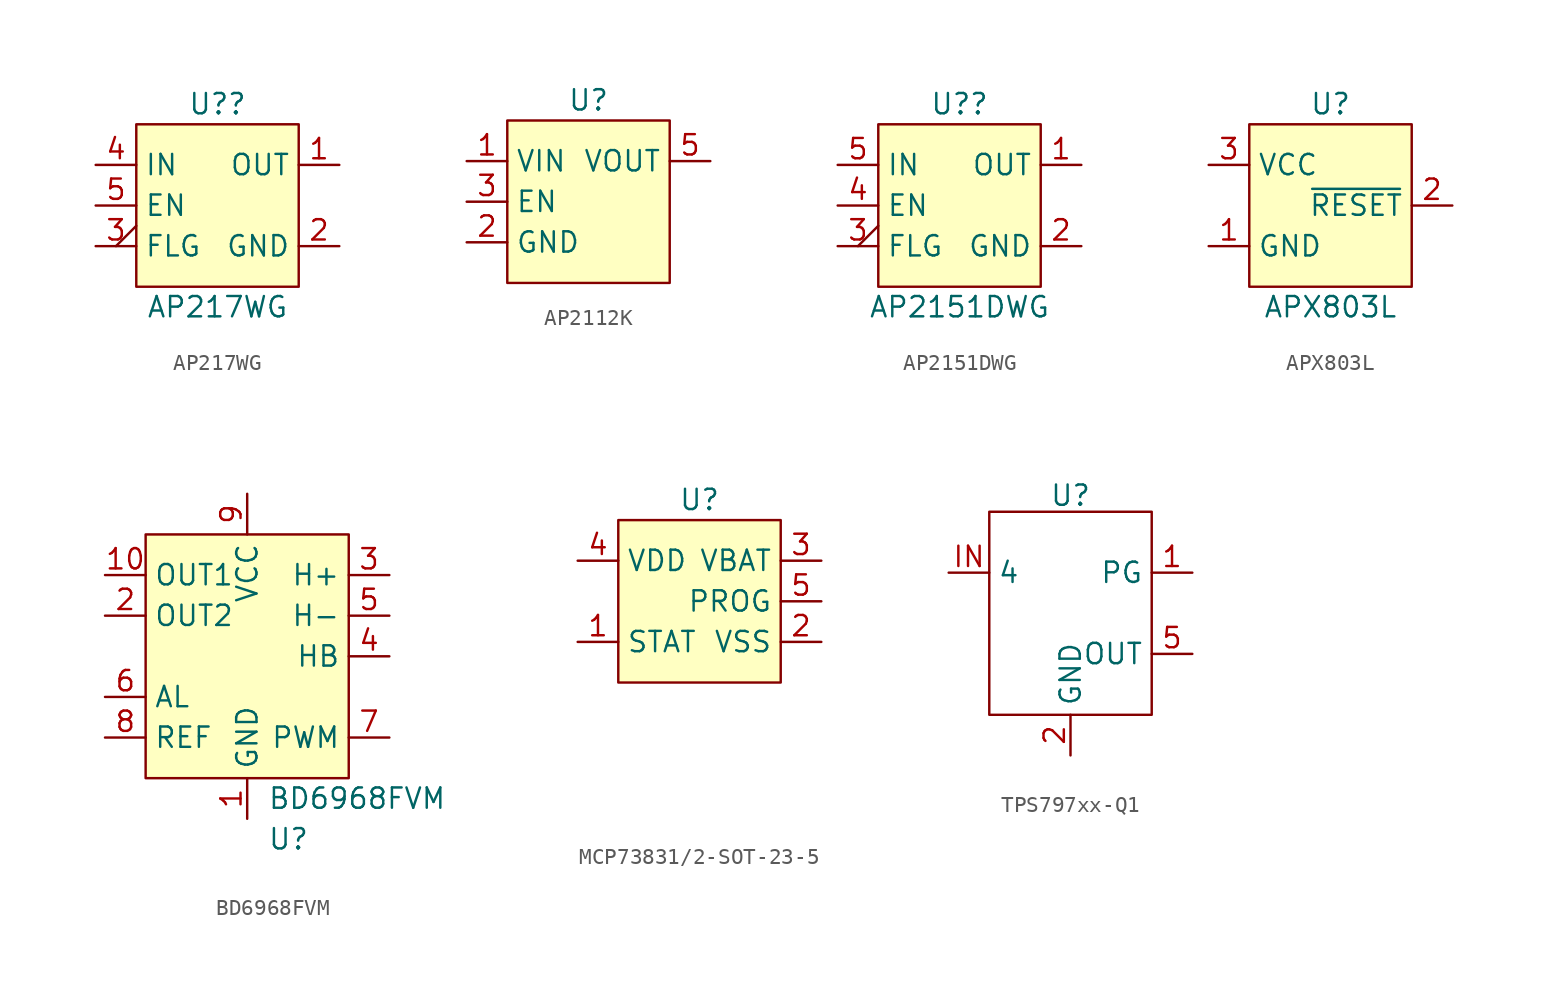
<source format=kicad_sym>
(kicad_symbol_lib
  (version 20231120)
  (generator "kicad_symbol_editor")
  (generator_version "8.0")
  (symbol "AP217WG"
    (property "Reference" "U?"
      (at 0 6.35 0)
      (do_not_autoplace)
      (effects (font (size 1.27 1.27))))
    (property "Value" "AP217WG"
      (at 0 -6.35 0)
      (do_not_autoplace)
      (effects (font (size 1.27 1.27))))
    (symbol "AP217WG_0_0"
      (pin power_out line (at 7.62 2.54 180) (length 2.54) (name "OUT" (effects (font (size 1.27 1.27)))) (number "1" (effects (font (size 1.27 1.27)))))
      (pin passive line (at 7.62 -2.54 180) (length 2.54) (name "GND" (effects (font (size 1.27 1.27)))) (number "2" (effects (font (size 1.27 1.27)))))
      (pin output output_low (at -7.62 -2.54 0) (length 2.54) (name "FLG" (effects (font (size 1.27 1.27)))) (number "3" (effects (font (size 1.27 1.27)))))
      (pin power_in line (at -7.62 2.54 0) (length 2.54) (name "IN" (effects (font (size 1.27 1.27)))) (number "4" (effects (font (size 1.27 1.27)))))
      (pin input line (at -7.62 0 0) (length 2.54) (name "EN" (effects (font (size 1.27 1.27)))) (number "5" (effects (font (size 1.27 1.27))))))
    (symbol "AP217WG_1_1"
      (rectangle (start -5.08 5.08) (end 5.08 -5.08) (stroke (width 0) (type default)) (fill (type background)))))
  (symbol "AP2112K"
    (property "Reference" "U"
      (at 0 6.35 0)
      (effects (font (size 1.27 1.27))))
    (property "Value" ""
      (at 0 5.08 0)
      (effects (font (size 1.27 1.27))))
    (symbol "AP2112K_0_0"
      (pin power_in line (at -7.62 2.54 0) (length 2.54) (name "VIN" (effects (font (size 1.27 1.27)))) (number "1" (effects (font (size 1.27 1.27)))))
      (pin passive line (at -7.62 -2.54 0) (length 2.54) (name "GND" (effects (font (size 1.27 1.27)))) (number "2" (effects (font (size 1.27 1.27)))))
      (pin input line (at -7.62 0 0) (length 2.54) (name "EN" (effects (font (size 1.27 1.27)))) (number "3" (effects (font (size 1.27 1.27)))))
      (pin power_out line (at 7.62 2.54 180) (length 2.54) (name "VOUT" (effects (font (size 1.27 1.27)))) (number "5" (effects (font (size 1.27 1.27))))))
    (symbol "AP2112K_1_0"
      (pin no_connect non_logic (at 7.62 -2.54 180) (length 2.54) hide (name "NC" (effects (font (size 1.27 1.27)))) (number "4" (effects (font (size 1.27 1.27))))))
    (symbol "AP2112K_1_1"
      (rectangle (start -5.08 5.08) (end 5.08 -5.08) (stroke (width 0) (type default)) (fill (type background)))))
  (symbol "AP2151DWG"
    (property "Reference" "U?"
      (at 0 6.35 0)
      (do_not_autoplace)
      (effects (font (size 1.27 1.27))))
    (property "Value" "AP2151DWG"
      (at 0 -6.35 0)
      (do_not_autoplace)
      (effects (font (size 1.27 1.27))))
    (symbol "AP2151DWG_0_0"
      (pin power_out line (at 7.62 2.54 180) (length 2.54) (name "OUT" (effects (font (size 1.27 1.27)))) (number "1" (effects (font (size 1.27 1.27)))))
      (pin passive line (at 7.62 -2.54 180) (length 2.54) (name "GND" (effects (font (size 1.27 1.27)))) (number "2" (effects (font (size 1.27 1.27)))))
      (pin output output_low (at -7.62 -2.54 0) (length 2.54) (name "FLG" (effects (font (size 1.27 1.27)))) (number "3" (effects (font (size 1.27 1.27))))))
    (symbol "AP2151DWG_1_0"
      (pin input line (at -7.62 0 0) (length 2.54) (name "EN" (effects (font (size 1.27 1.27)))) (number "4" (effects (font (size 1.27 1.27)))))
      (pin power_in line (at -7.62 2.54 0) (length 2.54) (name "IN" (effects (font (size 1.27 1.27)))) (number "5" (effects (font (size 1.27 1.27))))))
    (symbol "AP2151DWG_1_1"
      (rectangle (start -5.08 5.08) (end 5.08 -5.08) (stroke (width 0) (type default)) (fill (type background)))))
  (symbol "APX803L"
    (property "Reference" "U"
      (at 0 6.35 0)
      (do_not_autoplace)
      (effects (font (size 1.27 1.27))))
    (property "Value" "APX803L"
      (at 0 -6.35 0)
      (do_not_autoplace)
      (effects (font (size 1.27 1.27))))
    (symbol "APX803L_0_0"
      (pin passive line (at -7.62 -2.54 0) (length 2.54) (name "GND" (effects (font (size 1.27 1.27)))) (number "1" (effects (font (size 1.27 1.27)))))
      (pin input line (at 7.62 0 180) (length 2.54) (name "~{RESET}" (effects (font (size 1.27 1.27)))) (number "2" (effects (font (size 1.27 1.27)))))
      (pin power_in line (at -7.62 2.54 0) (length 2.54) (name "VCC" (effects (font (size 1.27 1.27)))) (number "3" (effects (font (size 1.27 1.27))))))
    (symbol "APX803L_1_1"
      (rectangle (start -5.08 5.08) (end 5.08 -5.08) (stroke (width 0) (type default)) (fill (type background)))))
  (symbol "BD6968FVM"
    (property "Reference" "U"
      (at 1.27 -19.05 0)
      (effects (font (size 1.27 1.27)) (justify left)))
    (property "Value" "BD6968FVM"
      (at 1.27 -16.51 0)
      (effects (font (size 1.27 1.27)) (justify left)))
    (property "populate" ""
      (at 0 0 0)
      (effects (font (size 1.27 1.27))))
    (symbol "BD6968FVM_0_1"
      (rectangle (start -6.35 0) (end 6.35 -15.24) (stroke (width 0) (type default)) (fill (type background))))
    (symbol "BD6968FVM_1_1"
      (pin passive line (at 0 -17.78 90) (length 2.54) (name "GND" (effects (font (size 1.27 1.27)))) (number "1" (effects (font (size 1.27 1.27)))))
      (pin output line (at -8.89 -2.54 0) (length 2.54) (name "OUT1" (effects (font (size 1.27 1.27)))) (number "10" (effects (font (size 1.27 1.27)))))
      (pin output line (at -8.89 -5.08 0) (length 2.54) (name "OUT2" (effects (font (size 1.27 1.27)))) (number "2" (effects (font (size 1.27 1.27)))))
      (pin input line (at 8.89 -2.54 180) (length 2.54) (name "H+" (effects (font (size 1.27 1.27)))) (number "3" (effects (font (size 1.27 1.27)))))
      (pin output line (at 8.89 -7.62 180) (length 2.54) (name "HB" (effects (font (size 1.27 1.27)))) (number "4" (effects (font (size 1.27 1.27)))))
      (pin input line (at 8.89 -5.08 180) (length 2.54) (name "H-" (effects (font (size 1.27 1.27)))) (number "5" (effects (font (size 1.27 1.27)))))
      (pin output line (at -8.89 -10.16 0) (length 2.54) (name "AL" (effects (font (size 1.27 1.27)))) (number "6" (effects (font (size 1.27 1.27)))))
      (pin input line (at 8.89 -12.7 180) (length 2.54) (name "PWM" (effects (font (size 1.27 1.27)))) (number "7" (effects (font (size 1.27 1.27)))))
      (pin output line (at -8.89 -12.7 0) (length 2.54) (name "REF" (effects (font (size 1.27 1.27)))) (number "8" (effects (font (size 1.27 1.27)))))
      (pin power_in line (at 0 2.54 270) (length 2.54) (name "VCC" (effects (font (size 1.27 1.27)))) (number "9" (effects (font (size 1.27 1.27)))))))
  (symbol "MCP73831/2-SOT-23-5"
    (property "Reference" "U"
      (at 0 3.81 0)
      (effects (font (size 1.27 1.27))))
    (property "Value" ""
      (at -2.54 -15.24 0)
      (effects (font (size 1.27 1.27))))
    (symbol "MCP73831/2-SOT-23-5_0_0"
      (pin output line (at -7.62 -5.08 0) (length 2.54) (name "STAT" (effects (font (size 1.27 1.27)))) (number "1" (effects (font (size 1.27 1.27)))))
      (pin passive line (at 7.62 -5.08 180) (length 2.54) (name "VSS" (effects (font (size 1.27 1.27)))) (number "2" (effects (font (size 1.27 1.27)))))
      (pin power_out line (at 7.62 0 180) (length 2.54) (name "VBAT" (effects (font (size 1.27 1.27)))) (number "3" (effects (font (size 1.27 1.27)))))
      (pin power_in line (at -7.62 0 0) (length 2.54) (name "VDD" (effects (font (size 1.27 1.27)))) (number "4" (effects (font (size 1.27 1.27)))))
      (pin input line (at 7.62 -2.54 180) (length 2.54) (name "PROG" (effects (font (size 1.27 1.27)))) (number "5" (effects (font (size 1.27 1.27))))))
    (symbol "MCP73831/2-SOT-23-5_1_1"
      (rectangle (start -5.08 2.54) (end 5.08 -7.62) (stroke (width 0) (type default)) (fill (type background)))))
  (symbol "TPS797xx-Q1"
    (property "Reference" "U"
      (at 0 7.366 0)
      (do_not_autoplace)
      (effects (font (size 1.27 1.27))))
    (property "Value" ""
      (at 0 1.27 0)
      (effects (font (size 1.27 1.27))))
    (property "MPN" ""
      (at 0 1.27 0)
      (effects (font (size 1.27 1.27))))
    (property "DKPN" ""
      (at 0 1.27 0)
      (effects (font (size 1.27 1.27))))
    (symbol "TPS797xx-Q1_0_1"
      (rectangle (start -5.08 6.35) (end 5.08 -6.35) (stroke (width 0) (type default)) (fill (type none))))
    (symbol "TPS797xx-Q1_1_1"
      (pin output line (at 7.62 2.54 180) (length 2.54) (name "PG" (effects (font (size 1.27 1.27)))) (number "1" (effects (font (size 1.27 1.27)))))
      (pin passive line (at 0 -8.89 90) (length 2.54) (name "GND" (effects (font (size 1.27 1.27)))) (number "2" (effects (font (size 1.27 1.27)))))
      (pin no_connect line (at -7.62 -2.54 0) (length 2.54) hide (name "NC" (effects (font (size 1.27 1.27)))) (number "3" (effects (font (size 1.27 1.27)))))
      (pin power_out line (at 7.62 -2.54 180) (length 2.54) (name "OUT" (effects (font (size 1.27 1.27)))) (number "5" (effects (font (size 1.27 1.27)))))
      (pin power_in line (at -7.62 2.54 0) (length 2.54) (name "4" (effects (font (size 1.27 1.27)))) (number "IN" (effects (font (size 1.27 1.27))))))))
</source>
